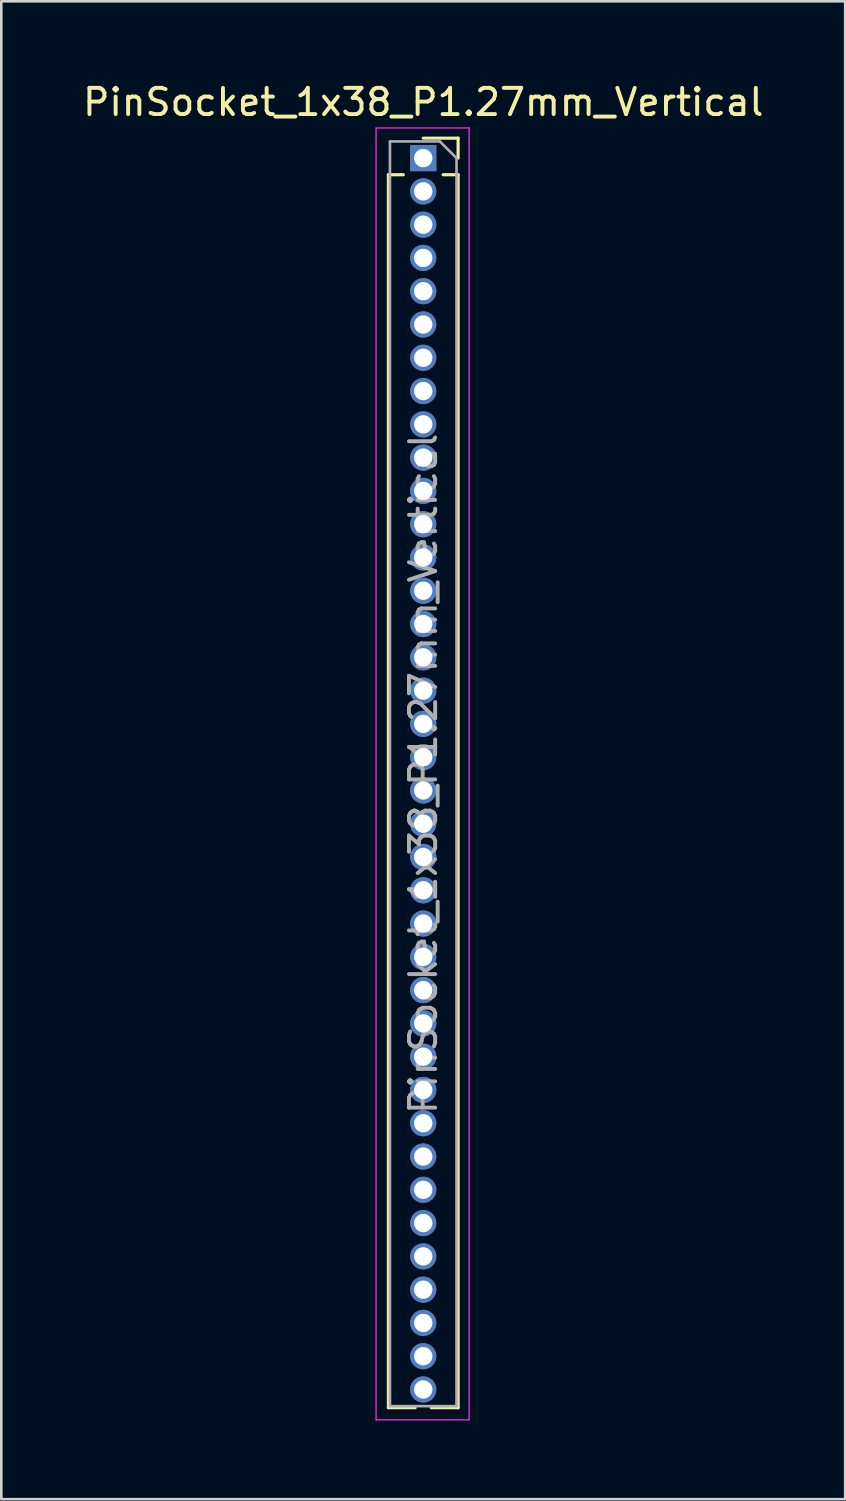
<source format=kicad_pcb>
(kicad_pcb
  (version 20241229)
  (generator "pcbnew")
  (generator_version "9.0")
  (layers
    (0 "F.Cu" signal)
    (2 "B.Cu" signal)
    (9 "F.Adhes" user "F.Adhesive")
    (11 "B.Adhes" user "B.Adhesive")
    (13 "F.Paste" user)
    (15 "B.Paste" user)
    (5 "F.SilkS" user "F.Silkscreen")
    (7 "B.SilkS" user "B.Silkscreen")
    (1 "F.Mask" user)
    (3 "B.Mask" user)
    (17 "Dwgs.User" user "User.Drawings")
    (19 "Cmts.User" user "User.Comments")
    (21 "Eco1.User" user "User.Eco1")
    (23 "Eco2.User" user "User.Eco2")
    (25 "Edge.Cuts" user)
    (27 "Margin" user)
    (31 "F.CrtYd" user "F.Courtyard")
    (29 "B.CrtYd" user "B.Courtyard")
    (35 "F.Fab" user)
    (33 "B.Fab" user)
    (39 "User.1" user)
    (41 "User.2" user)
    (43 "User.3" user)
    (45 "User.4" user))
  (footprint "PinSocket_1x38_P1.27mm_Vertical"
    (layer "F.Cu")
    (at 13.101 2.983)
    (property "Reference" "PinSocket_1x38_P1.27mm_Vertical" (at 0 -2.135 0) (layer "F.SilkS") (effects (font (size 1 1) (thickness 0.15))))
    (attr through_hole)
    (fp_line (start -1.33 0.635) (end -1.33 47.685) (stroke (width 0.12) (type solid)) (layer "F.SilkS"))
    (fp_line (start -1.33 0.635) (end -0.76 0.635) (stroke (width 0.12) (type solid)) (layer "F.SilkS"))
    (fp_line (start -1.33 47.685) (end -0.308 47.685) (stroke (width 0.12) (type solid)) (layer "F.SilkS"))
    (fp_line (start 0 -0.76) (end 1.33 -0.76) (stroke (width 0.12) (type solid)) (layer "F.SilkS"))
    (fp_line (start 0.308 47.685) (end 1.33 47.685) (stroke (width 0.12) (type solid)) (layer "F.SilkS"))
    (fp_line (start 0.76 0.635) (end 1.33 0.635) (stroke (width 0.12) (type solid)) (layer "F.SilkS"))
    (fp_line (start 1.33 -0.76) (end 1.33 0) (stroke (width 0.12) (type solid)) (layer "F.SilkS"))
    (fp_line (start 1.33 0.635) (end 1.33 47.685) (stroke (width 0.12) (type solid)) (layer "F.SilkS"))
    (fp_line (start -1.8 -1.15) (end 1.75 -1.15) (stroke (width 0.05) (type solid)) (layer "F.CrtYd"))
    (fp_line (start -1.8 48.15) (end -1.8 -1.15) (stroke (width 0.05) (type solid)) (layer "F.CrtYd"))
    (fp_line (start 1.75 -1.15) (end 1.75 48.15) (stroke (width 0.05) (type solid)) (layer "F.CrtYd"))
    (fp_line (start 1.75 48.15) (end -1.8 48.15) (stroke (width 0.05) (type solid)) (layer "F.CrtYd"))
    (fp_line (start -1.27 -0.635) (end 0.635 -0.635) (stroke (width 0.1) (type solid)) (layer "F.Fab"))
    (fp_line (start -1.27 47.625) (end -1.27 -0.635) (stroke (width 0.1) (type solid)) (layer "F.Fab"))
    (fp_line (start 0.635 -0.635) (end 1.27 0) (stroke (width 0.1) (type solid)) (layer "F.Fab"))
    (fp_line (start 1.27 0) (end 1.27 47.625) (stroke (width 0.1) (type solid)) (layer "F.Fab"))
    (fp_line (start 1.27 47.625) (end -1.27 47.625) (stroke (width 0.1) (type solid)) (layer "F.Fab"))
    (fp_text user "${REFERENCE}" (at 0 23.495 90) (layer "F.Fab") (effects (font (size 1 1) (thickness 0.15))))
    (pad "1" thru_hole rect (at 0 0) (size 1 1) (drill 0.7) (layers "*.Cu" "*.Mask"))
    (pad "2" thru_hole circle (at 0 1.27) (size 1 1) (drill 0.7) (layers "*.Cu" "*.Mask"))
    (pad "3" thru_hole circle (at 0 2.54) (size 1 1) (drill 0.7) (layers "*.Cu" "*.Mask"))
    (pad "4" thru_hole circle (at 0 3.81) (size 1 1) (drill 0.7) (layers "*.Cu" "*.Mask"))
    (pad "5" thru_hole circle (at 0 5.08) (size 1 1) (drill 0.7) (layers "*.Cu" "*.Mask"))
    (pad "6" thru_hole circle (at 0 6.35) (size 1 1) (drill 0.7) (layers "*.Cu" "*.Mask"))
    (pad "7" thru_hole circle (at 0 7.62) (size 1 1) (drill 0.7) (layers "*.Cu" "*.Mask"))
    (pad "8" thru_hole circle (at 0 8.89) (size 1 1) (drill 0.7) (layers "*.Cu" "*.Mask"))
    (pad "9" thru_hole circle (at 0 10.16) (size 1 1) (drill 0.7) (layers "*.Cu" "*.Mask"))
    (pad "10" thru_hole circle (at 0 11.43) (size 1 1) (drill 0.7) (layers "*.Cu" "*.Mask"))
    (pad "11" thru_hole circle (at 0 12.7) (size 1 1) (drill 0.7) (layers "*.Cu" "*.Mask"))
    (pad "12" thru_hole circle (at 0 13.97) (size 1 1) (drill 0.7) (layers "*.Cu" "*.Mask"))
    (pad "13" thru_hole circle (at 0 15.24) (size 1 1) (drill 0.7) (layers "*.Cu" "*.Mask"))
    (pad "14" thru_hole circle (at 0 16.51) (size 1 1) (drill 0.7) (layers "*.Cu" "*.Mask"))
    (pad "15" thru_hole circle (at 0 17.78) (size 1 1) (drill 0.7) (layers "*.Cu" "*.Mask"))
    (pad "16" thru_hole circle (at 0 19.05) (size 1 1) (drill 0.7) (layers "*.Cu" "*.Mask"))
    (pad "17" thru_hole circle (at 0 20.32) (size 1 1) (drill 0.7) (layers "*.Cu" "*.Mask"))
    (pad "18" thru_hole circle (at 0 21.59) (size 1 1) (drill 0.7) (layers "*.Cu" "*.Mask"))
    (pad "19" thru_hole circle (at 0 22.86) (size 1 1) (drill 0.7) (layers "*.Cu" "*.Mask"))
    (pad "20" thru_hole circle (at 0 24.13) (size 1 1) (drill 0.7) (layers "*.Cu" "*.Mask"))
    (pad "21" thru_hole circle (at 0 25.4) (size 1 1) (drill 0.7) (layers "*.Cu" "*.Mask"))
    (pad "22" thru_hole circle (at 0 26.67) (size 1 1) (drill 0.7) (layers "*.Cu" "*.Mask"))
    (pad "23" thru_hole circle (at 0 27.94) (size 1 1) (drill 0.7) (layers "*.Cu" "*.Mask"))
    (pad "24" thru_hole circle (at 0 29.21) (size 1 1) (drill 0.7) (layers "*.Cu" "*.Mask"))
    (pad "25" thru_hole circle (at 0 30.48) (size 1 1) (drill 0.7) (layers "*.Cu" "*.Mask"))
    (pad "26" thru_hole circle (at 0 31.75) (size 1 1) (drill 0.7) (layers "*.Cu" "*.Mask"))
    (pad "27" thru_hole circle (at 0 33.02) (size 1 1) (drill 0.7) (layers "*.Cu" "*.Mask"))
    (pad "28" thru_hole circle (at 0 34.29) (size 1 1) (drill 0.7) (layers "*.Cu" "*.Mask"))
    (pad "29" thru_hole circle (at 0 35.56) (size 1 1) (drill 0.7) (layers "*.Cu" "*.Mask"))
    (pad "30" thru_hole circle (at 0 36.83) (size 1 1) (drill 0.7) (layers "*.Cu" "*.Mask"))
    (pad "31" thru_hole circle (at 0 38.1) (size 1 1) (drill 0.7) (layers "*.Cu" "*.Mask"))
    (pad "32" thru_hole circle (at 0 39.37) (size 1 1) (drill 0.7) (layers "*.Cu" "*.Mask"))
    (pad "33" thru_hole circle (at 0 40.64) (size 1 1) (drill 0.7) (layers "*.Cu" "*.Mask"))
    (pad "34" thru_hole circle (at 0 41.91) (size 1 1) (drill 0.7) (layers "*.Cu" "*.Mask"))
    (pad "35" thru_hole circle (at 0 43.18) (size 1 1) (drill 0.7) (layers "*.Cu" "*.Mask"))
    (pad "36" thru_hole circle (at 0 44.45) (size 1 1) (drill 0.7) (layers "*.Cu" "*.Mask"))
    (pad "37" thru_hole circle (at 0 45.72) (size 1 1) (drill 0.7) (layers "*.Cu" "*.Mask"))
    (pad "38" thru_hole circle (at 0 46.99) (size 1 1) (drill 0.7) (layers "*.Cu" "*.Mask")))
  (gr_rect
    (start -3 -3)
    (end 29.202 54.158)
    (stroke (width 0.1) (type default))
    (fill no)
    (layer "Edge.Cuts")))
</source>
